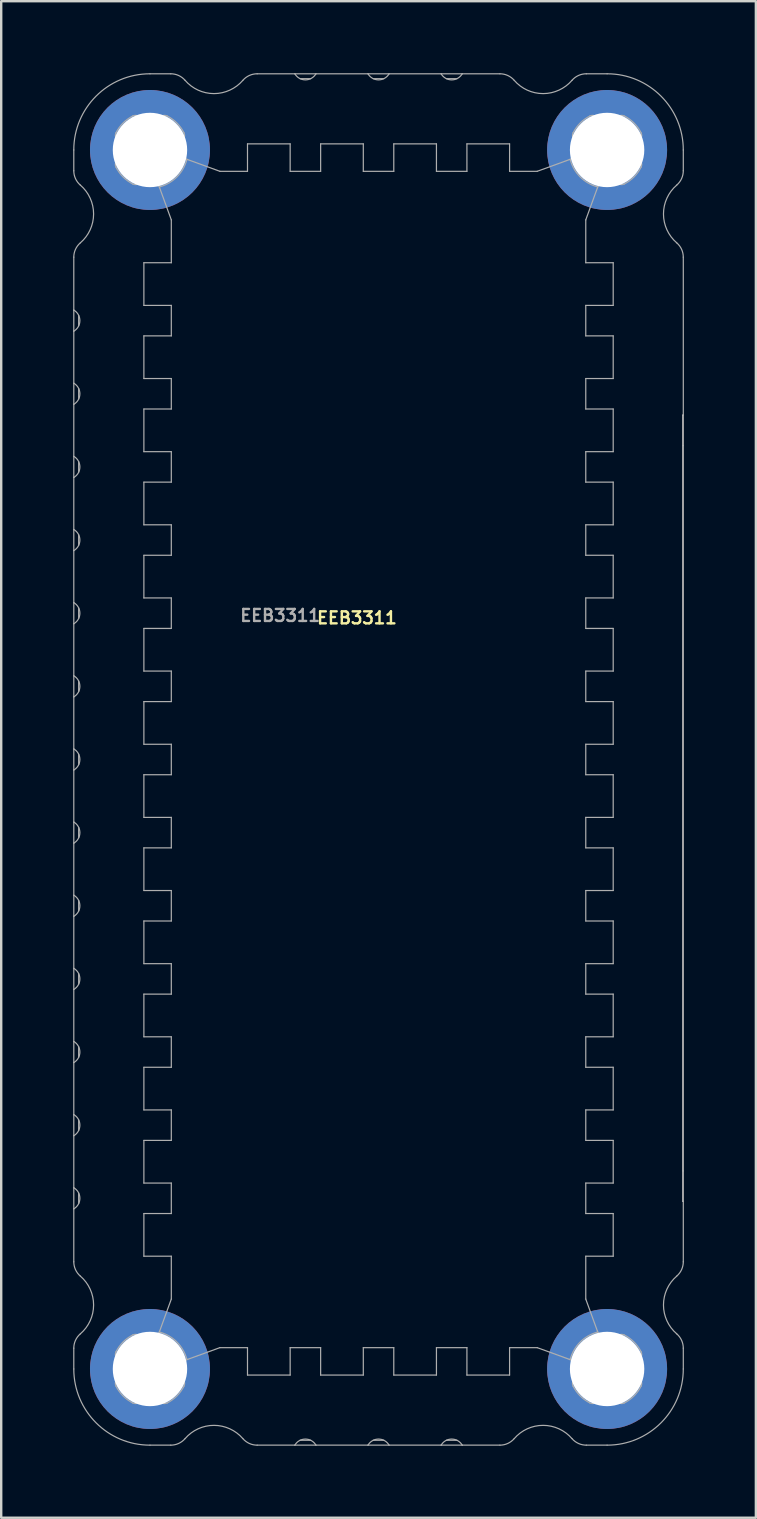
<source format=kicad_pcb>
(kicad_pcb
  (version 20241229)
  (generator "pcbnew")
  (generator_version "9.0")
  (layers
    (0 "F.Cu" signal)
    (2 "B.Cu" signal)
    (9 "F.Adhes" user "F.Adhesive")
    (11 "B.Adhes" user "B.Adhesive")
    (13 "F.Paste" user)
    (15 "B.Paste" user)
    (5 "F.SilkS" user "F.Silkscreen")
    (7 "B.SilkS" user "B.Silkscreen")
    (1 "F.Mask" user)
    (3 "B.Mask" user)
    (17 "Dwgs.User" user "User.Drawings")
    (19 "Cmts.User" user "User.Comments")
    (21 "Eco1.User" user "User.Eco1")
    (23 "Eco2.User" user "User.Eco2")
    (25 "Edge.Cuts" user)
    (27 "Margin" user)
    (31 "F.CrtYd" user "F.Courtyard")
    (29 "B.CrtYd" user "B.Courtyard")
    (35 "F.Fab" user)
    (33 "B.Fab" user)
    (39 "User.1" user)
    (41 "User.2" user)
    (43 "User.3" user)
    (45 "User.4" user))
  (footprint "EEB3311"
    (layer "F.Cu")
    (at 12.725 28.6)
    (property "Reference" "EEB3311" (at -0.9 -5.9 0) (layer "F.SilkS") (effects (font (size 0.5 0.5) (thickness 0.1))))
    (attr through_hole)
    (fp_line (start -12.7 -25.4) (end -12.7 -24.533) (stroke (width 0.05) (type solid)) (layer "F.Fab"))
    (fp_line (start -12.7 -20.933) (end -12.7 -18.728) (stroke (width 0.05) (type solid)) (layer "F.Fab"))
    (fp_line (start -12.7 -17.848) (end -12.7 -18.728) (stroke (width 0.05) (type solid)) (layer "F.Fab"))
    (fp_line (start -12.7 -17.848) (end -12.7 -15.68) (stroke (width 0.05) (type solid)) (layer "F.Fab"))
    (fp_line (start -12.7 -14.8) (end -12.7 -15.68) (stroke (width 0.05) (type solid)) (layer "F.Fab"))
    (fp_line (start -12.7 -14.8) (end -12.7 -12.632) (stroke (width 0.05) (type solid)) (layer "F.Fab"))
    (fp_line (start -12.7 -11.752) (end -12.7 -12.632) (stroke (width 0.05) (type solid)) (layer "F.Fab"))
    (fp_line (start -12.7 -11.752) (end -12.7 -9.584) (stroke (width 0.05) (type solid)) (layer "F.Fab"))
    (fp_line (start -12.7 -8.704) (end -12.7 -9.584) (stroke (width 0.05) (type solid)) (layer "F.Fab"))
    (fp_line (start -12.7 -8.704) (end -12.7 -6.536) (stroke (width 0.05) (type solid)) (layer "F.Fab"))
    (fp_line (start -12.7 -5.656) (end -12.7 -6.536) (stroke (width 0.05) (type solid)) (layer "F.Fab"))
    (fp_line (start -12.7 -5.656) (end -12.7 -3.488) (stroke (width 0.05) (type solid)) (layer "F.Fab"))
    (fp_line (start -12.7 -2.608) (end -12.7 -3.488) (stroke (width 0.05) (type solid)) (layer "F.Fab"))
    (fp_line (start -12.7 -2.608) (end -12.7 -0.44) (stroke (width 0.05) (type solid)) (layer "F.Fab"))
    (fp_line (start -12.7 0.44) (end -12.7 -0.44) (stroke (width 0.05) (type solid)) (layer "F.Fab"))
    (fp_line (start -12.7 0.44) (end -12.7 2.608) (stroke (width 0.05) (type solid)) (layer "F.Fab"))
    (fp_line (start -12.7 3.488) (end -12.7 2.608) (stroke (width 0.05) (type solid)) (layer "F.Fab"))
    (fp_line (start -12.7 3.488) (end -12.7 5.656) (stroke (width 0.05) (type solid)) (layer "F.Fab"))
    (fp_line (start -12.7 6.536) (end -12.7 5.656) (stroke (width 0.05) (type solid)) (layer "F.Fab"))
    (fp_line (start -12.7 6.536) (end -12.7 8.704) (stroke (width 0.05) (type solid)) (layer "F.Fab"))
    (fp_line (start -12.7 9.584) (end -12.7 8.704) (stroke (width 0.05) (type solid)) (layer "F.Fab"))
    (fp_line (start -12.7 9.584) (end -12.7 11.752) (stroke (width 0.05) (type solid)) (layer "F.Fab"))
    (fp_line (start -12.7 12.632) (end -12.7 11.752) (stroke (width 0.05) (type solid)) (layer "F.Fab"))
    (fp_line (start -12.7 12.632) (end -12.7 14.8) (stroke (width 0.05) (type solid)) (layer "F.Fab"))
    (fp_line (start -12.7 15.68) (end -12.7 14.8) (stroke (width 0.05) (type solid)) (layer "F.Fab"))
    (fp_line (start -12.7 15.68) (end -12.7 17.848) (stroke (width 0.05) (type solid)) (layer "F.Fab"))
    (fp_line (start -12.7 18.728) (end -12.7 17.848) (stroke (width 0.05) (type solid)) (layer "F.Fab"))
    (fp_line (start -12.7 18.728) (end -12.7 20.933) (stroke (width 0.05) (type solid)) (layer "F.Fab"))
    (fp_line (start -12.7 24.533) (end -12.7 25.4) (stroke (width 0.05) (type solid)) (layer "F.Fab"))
    (fp_line (start -12.497 -18.509) (end -12.497 -18.067) (stroke (width 0.05) (type solid)) (layer "F.Fab"))
    (fp_line (start -12.497 -15.461) (end -12.497 -15.019) (stroke (width 0.05) (type solid)) (layer "F.Fab"))
    (fp_line (start -12.497 -12.413) (end -12.497 -11.971) (stroke (width 0.05) (type solid)) (layer "F.Fab"))
    (fp_line (start -12.497 -9.365) (end -12.497 -8.923) (stroke (width 0.05) (type solid)) (layer "F.Fab"))
    (fp_line (start -12.497 -6.317) (end -12.497 -5.875) (stroke (width 0.05) (type solid)) (layer "F.Fab"))
    (fp_line (start -12.497 -3.269) (end -12.497 -2.827) (stroke (width 0.05) (type solid)) (layer "F.Fab"))
    (fp_line (start -12.497 -0.221) (end -12.497 0.221) (stroke (width 0.05) (type solid)) (layer "F.Fab"))
    (fp_line (start -12.497 2.827) (end -12.497 3.269) (stroke (width 0.05) (type solid)) (layer "F.Fab"))
    (fp_line (start -12.497 5.875) (end -12.497 6.317) (stroke (width 0.05) (type solid)) (layer "F.Fab"))
    (fp_line (start -12.497 8.923) (end -12.497 9.365) (stroke (width 0.05) (type solid)) (layer "F.Fab"))
    (fp_line (start -12.497 11.971) (end -12.497 12.413) (stroke (width 0.05) (type solid)) (layer "F.Fab"))
    (fp_line (start -12.497 15.019) (end -12.497 15.461) (stroke (width 0.05) (type solid)) (layer "F.Fab"))
    (fp_line (start -12.497 18.067) (end -12.497 18.509) (stroke (width 0.05) (type solid)) (layer "F.Fab"))
    (fp_line (start -9.981 -24.002) (end -9.891 -24.066) (stroke (width 0.05) (type solid)) (layer "F.Fab"))
    (fp_line (start -9.981 24.002) (end -9.891 24.066) (stroke (width 0.05) (type solid)) (layer "F.Fab"))
    (fp_line (start -9.779 -20.701) (end -9.779 -18.923) (stroke (width 0.05) (type solid)) (layer "F.Fab"))
    (fp_line (start -9.779 -18.923) (end -8.636 -18.923) (stroke (width 0.05) (type solid)) (layer "F.Fab"))
    (fp_line (start -9.779 -17.653) (end -9.779 -15.875) (stroke (width 0.05) (type solid)) (layer "F.Fab"))
    (fp_line (start -9.779 -15.875) (end -8.636 -15.875) (stroke (width 0.05) (type solid)) (layer "F.Fab"))
    (fp_line (start -9.779 -14.605) (end -9.779 -12.827) (stroke (width 0.05) (type solid)) (layer "F.Fab"))
    (fp_line (start -9.779 -12.827) (end -8.636 -12.827) (stroke (width 0.05) (type solid)) (layer "F.Fab"))
    (fp_line (start -9.779 -11.557) (end -9.779 -9.779) (stroke (width 0.05) (type solid)) (layer "F.Fab"))
    (fp_line (start -9.779 -9.779) (end -8.636 -9.779) (stroke (width 0.05) (type solid)) (layer "F.Fab"))
    (fp_line (start -9.779 -8.509) (end -9.779 -6.731) (stroke (width 0.05) (type solid)) (layer "F.Fab"))
    (fp_line (start -9.779 -6.731) (end -8.636 -6.731) (stroke (width 0.05) (type solid)) (layer "F.Fab"))
    (fp_line (start -9.779 -5.461) (end -9.779 -3.683) (stroke (width 0.05) (type solid)) (layer "F.Fab"))
    (fp_line (start -9.779 -3.683) (end -8.636 -3.683) (stroke (width 0.05) (type solid)) (layer "F.Fab"))
    (fp_line (start -9.779 -2.413) (end -9.779 -0.635) (stroke (width 0.05) (type solid)) (layer "F.Fab"))
    (fp_line (start -9.779 -0.635) (end -8.636 -0.635) (stroke (width 0.05) (type solid)) (layer "F.Fab"))
    (fp_line (start -9.779 0.635) (end -9.779 2.413) (stroke (width 0.05) (type solid)) (layer "F.Fab"))
    (fp_line (start -9.779 2.413) (end -8.636 2.413) (stroke (width 0.05) (type solid)) (layer "F.Fab"))
    (fp_line (start -9.779 3.683) (end -9.779 5.461) (stroke (width 0.05) (type solid)) (layer "F.Fab"))
    (fp_line (start -9.779 5.461) (end -8.636 5.461) (stroke (width 0.05) (type solid)) (layer "F.Fab"))
    (fp_line (start -9.779 6.731) (end -9.779 8.509) (stroke (width 0.05) (type solid)) (layer "F.Fab"))
    (fp_line (start -9.779 8.509) (end -8.636 8.509) (stroke (width 0.05) (type solid)) (layer "F.Fab"))
    (fp_line (start -9.779 9.779) (end -9.779 11.557) (stroke (width 0.05) (type solid)) (layer "F.Fab"))
    (fp_line (start -9.779 11.557) (end -8.636 11.557) (stroke (width 0.05) (type solid)) (layer "F.Fab"))
    (fp_line (start -9.779 12.827) (end -9.779 14.605) (stroke (width 0.05) (type solid)) (layer "F.Fab"))
    (fp_line (start -9.779 14.605) (end -8.636 14.605) (stroke (width 0.05) (type solid)) (layer "F.Fab"))
    (fp_line (start -9.779 15.875) (end -9.779 17.653) (stroke (width 0.05) (type solid)) (layer "F.Fab"))
    (fp_line (start -9.779 17.653) (end -8.636 17.653) (stroke (width 0.05) (type solid)) (layer "F.Fab"))
    (fp_line (start -9.779 18.923) (end -9.779 20.701) (stroke (width 0.05) (type solid)) (layer "F.Fab"))
    (fp_line (start -9.779 20.701) (end -8.636 20.701) (stroke (width 0.05) (type solid)) (layer "F.Fab"))
    (fp_line (start -9.525 28.575) (end -8.658 28.575) (stroke (width 0.05) (type solid)) (layer "F.Fab"))
    (fp_line (start -9.122 -23.823) (end -8.636 -22.487) (stroke (width 0.05) (type solid)) (layer "F.Fab"))
    (fp_line (start -9.122 23.823) (end -8.636 22.487) (stroke (width 0.05) (type solid)) (layer "F.Fab"))
    (fp_line (start -8.658 -28.575) (end -9.525 -28.575) (stroke (width 0.05) (type solid)) (layer "F.Fab"))
    (fp_line (start -8.636 -22.487) (end -8.636 -20.701) (stroke (width 0.05) (type solid)) (layer "F.Fab"))
    (fp_line (start -8.636 -20.701) (end -9.779 -20.701) (stroke (width 0.05) (type solid)) (layer "F.Fab"))
    (fp_line (start -8.636 -18.923) (end -8.636 -17.653) (stroke (width 0.05) (type solid)) (layer "F.Fab"))
    (fp_line (start -8.636 -17.653) (end -9.779 -17.653) (stroke (width 0.05) (type solid)) (layer "F.Fab"))
    (fp_line (start -8.636 -15.875) (end -8.636 -14.605) (stroke (width 0.05) (type solid)) (layer "F.Fab"))
    (fp_line (start -8.636 -14.605) (end -9.779 -14.605) (stroke (width 0.05) (type solid)) (layer "F.Fab"))
    (fp_line (start -8.636 -12.827) (end -8.636 -11.557) (stroke (width 0.05) (type solid)) (layer "F.Fab"))
    (fp_line (start -8.636 -11.557) (end -9.779 -11.557) (stroke (width 0.05) (type solid)) (layer "F.Fab"))
    (fp_line (start -8.636 -9.779) (end -8.636 -8.509) (stroke (width 0.05) (type solid)) (layer "F.Fab"))
    (fp_line (start -8.636 -8.509) (end -9.779 -8.509) (stroke (width 0.05) (type solid)) (layer "F.Fab"))
    (fp_line (start -8.636 -6.731) (end -8.636 -5.461) (stroke (width 0.05) (type solid)) (layer "F.Fab"))
    (fp_line (start -8.636 -5.461) (end -9.779 -5.461) (stroke (width 0.05) (type solid)) (layer "F.Fab"))
    (fp_line (start -8.636 -3.683) (end -8.636 -2.413) (stroke (width 0.05) (type solid)) (layer "F.Fab"))
    (fp_line (start -8.636 -2.413) (end -9.779 -2.413) (stroke (width 0.05) (type solid)) (layer "F.Fab"))
    (fp_line (start -8.636 -0.635) (end -8.636 0.635) (stroke (width 0.05) (type solid)) (layer "F.Fab"))
    (fp_line (start -8.636 0.635) (end -9.779 0.635) (stroke (width 0.05) (type solid)) (layer "F.Fab"))
    (fp_line (start -8.636 2.413) (end -8.636 3.683) (stroke (width 0.05) (type solid)) (layer "F.Fab"))
    (fp_line (start -8.636 3.683) (end -9.779 3.683) (stroke (width 0.05) (type solid)) (layer "F.Fab"))
    (fp_line (start -8.636 5.461) (end -8.636 6.731) (stroke (width 0.05) (type solid)) (layer "F.Fab"))
    (fp_line (start -8.636 6.731) (end -9.779 6.731) (stroke (width 0.05) (type solid)) (layer "F.Fab"))
    (fp_line (start -8.636 8.509) (end -8.636 9.779) (stroke (width 0.05) (type solid)) (layer "F.Fab"))
    (fp_line (start -8.636 9.779) (end -9.779 9.779) (stroke (width 0.05) (type solid)) (layer "F.Fab"))
    (fp_line (start -8.636 11.557) (end -8.636 12.827) (stroke (width 0.05) (type solid)) (layer "F.Fab"))
    (fp_line (start -8.636 12.827) (end -9.779 12.827) (stroke (width 0.05) (type solid)) (layer "F.Fab"))
    (fp_line (start -8.636 14.605) (end -8.636 15.875) (stroke (width 0.05) (type solid)) (layer "F.Fab"))
    (fp_line (start -8.636 15.875) (end -9.779 15.875) (stroke (width 0.05) (type solid)) (layer "F.Fab"))
    (fp_line (start -8.636 17.653) (end -8.636 18.923) (stroke (width 0.05) (type solid)) (layer "F.Fab"))
    (fp_line (start -8.636 18.923) (end -9.779 18.923) (stroke (width 0.05) (type solid)) (layer "F.Fab"))
    (fp_line (start -8.636 20.701) (end -8.636 22.487) (stroke (width 0.05) (type solid)) (layer "F.Fab"))
    (fp_line (start -8.191 -25.766) (end -8.127 -25.856) (stroke (width 0.05) (type solid)) (layer "F.Fab"))
    (fp_line (start -8.191 25.766) (end -8.127 25.856) (stroke (width 0.05) (type solid)) (layer "F.Fab"))
    (fp_line (start -6.612 -24.511) (end -7.948 -24.997) (stroke (width 0.05) (type solid)) (layer "F.Fab"))
    (fp_line (start -6.612 24.511) (end -7.948 24.997) (stroke (width 0.05) (type solid)) (layer "F.Fab"))
    (fp_line (start -6.612 24.511) (end -5.461 24.511) (stroke (width 0.05) (type solid)) (layer "F.Fab"))
    (fp_line (start -5.461 -25.654) (end -5.461 -24.511) (stroke (width 0.05) (type solid)) (layer "F.Fab"))
    (fp_line (start -5.461 -24.511) (end -6.612 -24.511) (stroke (width 0.05) (type solid)) (layer "F.Fab"))
    (fp_line (start -5.461 24.511) (end -5.461 25.654) (stroke (width 0.05) (type solid)) (layer "F.Fab"))
    (fp_line (start -5.461 25.654) (end -3.683 25.654) (stroke (width 0.05) (type solid)) (layer "F.Fab"))
    (fp_line (start -5.058 28.575) (end -3.488 28.575) (stroke (width 0.05) (type solid)) (layer "F.Fab"))
    (fp_line (start -3.683 -25.654) (end -5.461 -25.654) (stroke (width 0.05) (type solid)) (layer "F.Fab"))
    (fp_line (start -3.683 -24.511) (end -3.683 -25.654) (stroke (width 0.05) (type solid)) (layer "F.Fab"))
    (fp_line (start -3.683 24.511) (end -2.413 24.511) (stroke (width 0.05) (type solid)) (layer "F.Fab"))
    (fp_line (start -3.683 25.654) (end -3.683 24.511) (stroke (width 0.05) (type solid)) (layer "F.Fab"))
    (fp_line (start -3.488 -28.575) (end -5.058 -28.575) (stroke (width 0.05) (type solid)) (layer "F.Fab"))
    (fp_line (start -3.488 -28.575) (end -2.608 -28.575) (stroke (width 0.05) (type solid)) (layer "F.Fab"))
    (fp_line (start -3.269 28.372) (end -2.827 28.372) (stroke (width 0.05) (type solid)) (layer "F.Fab"))
    (fp_line (start -2.827 -28.372) (end -3.269 -28.372) (stroke (width 0.05) (type solid)) (layer "F.Fab"))
    (fp_line (start -2.608 28.575) (end -3.488 28.575) (stroke (width 0.05) (type solid)) (layer "F.Fab"))
    (fp_line (start -2.608 28.575) (end -0.44 28.575) (stroke (width 0.05) (type solid)) (layer "F.Fab"))
    (fp_line (start -2.413 -25.654) (end -2.413 -24.511) (stroke (width 0.05) (type solid)) (layer "F.Fab"))
    (fp_line (start -2.413 -24.511) (end -3.683 -24.511) (stroke (width 0.05) (type solid)) (layer "F.Fab"))
    (fp_line (start -2.413 24.511) (end -2.413 25.654) (stroke (width 0.05) (type solid)) (layer "F.Fab"))
    (fp_line (start -2.413 25.654) (end -0.635 25.654) (stroke (width 0.05) (type solid)) (layer "F.Fab"))
    (fp_line (start -0.635 -25.654) (end -2.413 -25.654) (stroke (width 0.05) (type solid)) (layer "F.Fab"))
    (fp_line (start -0.635 -24.511) (end -0.635 -25.654) (stroke (width 0.05) (type solid)) (layer "F.Fab"))
    (fp_line (start -0.635 24.511) (end 0.635 24.511) (stroke (width 0.05) (type solid)) (layer "F.Fab"))
    (fp_line (start -0.635 25.654) (end -0.635 24.511) (stroke (width 0.05) (type solid)) (layer "F.Fab"))
    (fp_line (start -0.44 -28.575) (end -2.608 -28.575) (stroke (width 0.05) (type solid)) (layer "F.Fab"))
    (fp_line (start -0.44 -28.575) (end 0.44 -28.575) (stroke (width 0.05) (type solid)) (layer "F.Fab"))
    (fp_line (start -0.221 28.372) (end 0.221 28.372) (stroke (width 0.05) (type solid)) (layer "F.Fab"))
    (fp_line (start 0.221 -28.372) (end -0.221 -28.372) (stroke (width 0.05) (type solid)) (layer "F.Fab"))
    (fp_line (start 0.44 28.575) (end -0.44 28.575) (stroke (width 0.05) (type solid)) (layer "F.Fab"))
    (fp_line (start 0.44 28.575) (end 2.608 28.575) (stroke (width 0.05) (type solid)) (layer "F.Fab"))
    (fp_line (start 0.635 -25.654) (end 0.635 -24.511) (stroke (width 0.05) (type solid)) (layer "F.Fab"))
    (fp_line (start 0.635 -24.511) (end -0.635 -24.511) (stroke (width 0.05) (type solid)) (layer "F.Fab"))
    (fp_line (start 0.635 24.511) (end 0.635 25.654) (stroke (width 0.05) (type solid)) (layer "F.Fab"))
    (fp_line (start 0.635 25.654) (end 2.413 25.654) (stroke (width 0.05) (type solid)) (layer "F.Fab"))
    (fp_line (start 2.413 -25.654) (end 0.635 -25.654) (stroke (width 0.05) (type solid)) (layer "F.Fab"))
    (fp_line (start 2.413 -24.511) (end 2.413 -25.654) (stroke (width 0.05) (type solid)) (layer "F.Fab"))
    (fp_line (start 2.413 24.511) (end 3.683 24.511) (stroke (width 0.05) (type solid)) (layer "F.Fab"))
    (fp_line (start 2.413 25.654) (end 2.413 24.511) (stroke (width 0.05) (type solid)) (layer "F.Fab"))
    (fp_line (start 2.608 -28.575) (end 0.44 -28.575) (stroke (width 0.05) (type solid)) (layer "F.Fab"))
    (fp_line (start 2.608 -28.575) (end 3.488 -28.575) (stroke (width 0.05) (type solid)) (layer "F.Fab"))
    (fp_line (start 2.827 28.372) (end 3.269 28.372) (stroke (width 0.05) (type solid)) (layer "F.Fab"))
    (fp_line (start 3.269 -28.372) (end 2.827 -28.372) (stroke (width 0.05) (type solid)) (layer "F.Fab"))
    (fp_line (start 3.488 28.575) (end 2.608 28.575) (stroke (width 0.05) (type solid)) (layer "F.Fab"))
    (fp_line (start 3.488 28.575) (end 5.058 28.575) (stroke (width 0.05) (type solid)) (layer "F.Fab"))
    (fp_line (start 3.683 -25.654) (end 3.683 -24.511) (stroke (width 0.05) (type solid)) (layer "F.Fab"))
    (fp_line (start 3.683 -24.511) (end 2.413 -24.511) (stroke (width 0.05) (type solid)) (layer "F.Fab"))
    (fp_line (start 3.683 24.511) (end 3.683 25.654) (stroke (width 0.05) (type solid)) (layer "F.Fab"))
    (fp_line (start 3.683 25.654) (end 5.461 25.654) (stroke (width 0.05) (type solid)) (layer "F.Fab"))
    (fp_line (start 5.058 -28.575) (end 3.488 -28.575) (stroke (width 0.05) (type solid)) (layer "F.Fab"))
    (fp_line (start 5.461 -25.654) (end 3.683 -25.654) (stroke (width 0.05) (type solid)) (layer "F.Fab"))
    (fp_line (start 5.461 -24.511) (end 5.461 -25.654) (stroke (width 0.05) (type solid)) (layer "F.Fab"))
    (fp_line (start 5.461 24.511) (end 6.612 24.511) (stroke (width 0.05) (type solid)) (layer "F.Fab"))
    (fp_line (start 5.461 25.654) (end 5.461 24.511) (stroke (width 0.05) (type solid)) (layer "F.Fab"))
    (fp_line (start 6.612 -24.511) (end 5.461 -24.511) (stroke (width 0.05) (type solid)) (layer "F.Fab"))
    (fp_line (start 6.612 -24.511) (end 7.948 -24.997) (stroke (width 0.05) (type solid)) (layer "F.Fab"))
    (fp_line (start 6.612 24.511) (end 7.948 24.997) (stroke (width 0.05) (type solid)) (layer "F.Fab"))
    (fp_line (start 8.191 -25.766) (end 8.127 -25.856) (stroke (width 0.05) (type solid)) (layer "F.Fab"))
    (fp_line (start 8.191 25.766) (end 8.127 25.856) (stroke (width 0.05) (type solid)) (layer "F.Fab"))
    (fp_line (start 8.636 -20.701) (end 8.636 -22.487) (stroke (width 0.05) (type solid)) (layer "F.Fab"))
    (fp_line (start 8.636 -18.923) (end 9.779 -18.923) (stroke (width 0.05) (type solid)) (layer "F.Fab"))
    (fp_line (start 8.636 -17.653) (end 8.636 -18.923) (stroke (width 0.05) (type solid)) (layer "F.Fab"))
    (fp_line (start 8.636 -15.875) (end 9.779 -15.875) (stroke (width 0.05) (type solid)) (layer "F.Fab"))
    (fp_line (start 8.636 -14.605) (end 8.636 -15.875) (stroke (width 0.05) (type solid)) (layer "F.Fab"))
    (fp_line (start 8.636 -12.827) (end 9.779 -12.827) (stroke (width 0.05) (type solid)) (layer "F.Fab"))
    (fp_line (start 8.636 -11.557) (end 8.636 -12.827) (stroke (width 0.05) (type solid)) (layer "F.Fab"))
    (fp_line (start 8.636 -9.779) (end 9.779 -9.779) (stroke (width 0.05) (type solid)) (layer "F.Fab"))
    (fp_line (start 8.636 -8.509) (end 8.636 -9.779) (stroke (width 0.05) (type solid)) (layer "F.Fab"))
    (fp_line (start 8.636 -6.731) (end 9.779 -6.731) (stroke (width 0.05) (type solid)) (layer "F.Fab"))
    (fp_line (start 8.636 -5.461) (end 8.636 -6.731) (stroke (width 0.05) (type solid)) (layer "F.Fab"))
    (fp_line (start 8.636 -3.683) (end 9.779 -3.683) (stroke (width 0.05) (type solid)) (layer "F.Fab"))
    (fp_line (start 8.636 -2.413) (end 8.636 -3.683) (stroke (width 0.05) (type solid)) (layer "F.Fab"))
    (fp_line (start 8.636 -0.635) (end 9.779 -0.635) (stroke (width 0.05) (type solid)) (layer "F.Fab"))
    (fp_line (start 8.636 0.635) (end 8.636 -0.635) (stroke (width 0.05) (type solid)) (layer "F.Fab"))
    (fp_line (start 8.636 2.413) (end 9.779 2.413) (stroke (width 0.05) (type solid)) (layer "F.Fab"))
    (fp_line (start 8.636 3.683) (end 8.636 2.413) (stroke (width 0.05) (type solid)) (layer "F.Fab"))
    (fp_line (start 8.636 5.461) (end 9.779 5.461) (stroke (width 0.05) (type solid)) (layer "F.Fab"))
    (fp_line (start 8.636 6.731) (end 8.636 5.461) (stroke (width 0.05) (type solid)) (layer "F.Fab"))
    (fp_line (start 8.636 8.509) (end 9.779 8.509) (stroke (width 0.05) (type solid)) (layer "F.Fab"))
    (fp_line (start 8.636 9.779) (end 8.636 8.509) (stroke (width 0.05) (type solid)) (layer "F.Fab"))
    (fp_line (start 8.636 11.557) (end 9.779 11.557) (stroke (width 0.05) (type solid)) (layer "F.Fab"))
    (fp_line (start 8.636 12.827) (end 8.636 11.557) (stroke (width 0.05) (type solid)) (layer "F.Fab"))
    (fp_line (start 8.636 14.605) (end 9.779 14.605) (stroke (width 0.05) (type solid)) (layer "F.Fab"))
    (fp_line (start 8.636 15.875) (end 8.636 14.605) (stroke (width 0.05) (type solid)) (layer "F.Fab"))
    (fp_line (start 8.636 17.653) (end 9.779 17.653) (stroke (width 0.05) (type solid)) (layer "F.Fab"))
    (fp_line (start 8.636 18.923) (end 8.636 17.653) (stroke (width 0.05) (type solid)) (layer "F.Fab"))
    (fp_line (start 8.636 20.701) (end 9.779 20.701) (stroke (width 0.05) (type solid)) (layer "F.Fab"))
    (fp_line (start 8.636 22.487) (end 8.636 20.701) (stroke (width 0.05) (type solid)) (layer "F.Fab"))
    (fp_line (start 8.658 28.575) (end 9.525 28.575) (stroke (width 0.05) (type solid)) (layer "F.Fab"))
    (fp_line (start 9.122 -23.823) (end 8.636 -22.487) (stroke (width 0.05) (type solid)) (layer "F.Fab"))
    (fp_line (start 9.122 23.823) (end 8.636 22.487) (stroke (width 0.05) (type solid)) (layer "F.Fab"))
    (fp_line (start 9.525 -28.575) (end 8.658 -28.575) (stroke (width 0.05) (type solid)) (layer "F.Fab"))
    (fp_line (start 9.779 -20.701) (end 8.636 -20.701) (stroke (width 0.05) (type solid)) (layer "F.Fab"))
    (fp_line (start 9.779 -18.923) (end 9.779 -20.701) (stroke (width 0.05) (type solid)) (layer "F.Fab"))
    (fp_line (start 9.779 -17.653) (end 8.636 -17.653) (stroke (width 0.05) (type solid)) (layer "F.Fab"))
    (fp_line (start 9.779 -15.875) (end 9.779 -17.653) (stroke (width 0.05) (type solid)) (layer "F.Fab"))
    (fp_line (start 9.779 -14.605) (end 8.636 -14.605) (stroke (width 0.05) (type solid)) (layer "F.Fab"))
    (fp_line (start 9.779 -12.827) (end 9.779 -14.605) (stroke (width 0.05) (type solid)) (layer "F.Fab"))
    (fp_line (start 9.779 -11.557) (end 8.636 -11.557) (stroke (width 0.05) (type solid)) (layer "F.Fab"))
    (fp_line (start 9.779 -9.779) (end 9.779 -11.557) (stroke (width 0.05) (type solid)) (layer "F.Fab"))
    (fp_line (start 9.779 -8.509) (end 8.636 -8.509) (stroke (width 0.05) (type solid)) (layer "F.Fab"))
    (fp_line (start 9.779 -6.731) (end 9.779 -8.509) (stroke (width 0.05) (type solid)) (layer "F.Fab"))
    (fp_line (start 9.779 -5.461) (end 8.636 -5.461) (stroke (width 0.05) (type solid)) (layer "F.Fab"))
    (fp_line (start 9.779 -3.683) (end 9.779 -5.461) (stroke (width 0.05) (type solid)) (layer "F.Fab"))
    (fp_line (start 9.779 -2.413) (end 8.636 -2.413) (stroke (width 0.05) (type solid)) (layer "F.Fab"))
    (fp_line (start 9.779 -0.635) (end 9.779 -2.413) (stroke (width 0.05) (type solid)) (layer "F.Fab"))
    (fp_line (start 9.779 0.635) (end 8.636 0.635) (stroke (width 0.05) (type solid)) (layer "F.Fab"))
    (fp_line (start 9.779 2.413) (end 9.779 0.635) (stroke (width 0.05) (type solid)) (layer "F.Fab"))
    (fp_line (start 9.779 3.683) (end 8.636 3.683) (stroke (width 0.05) (type solid)) (layer "F.Fab"))
    (fp_line (start 9.779 5.461) (end 9.779 3.683) (stroke (width 0.05) (type solid)) (layer "F.Fab"))
    (fp_line (start 9.779 6.731) (end 8.636 6.731) (stroke (width 0.05) (type solid)) (layer "F.Fab"))
    (fp_line (start 9.779 8.509) (end 9.779 6.731) (stroke (width 0.05) (type solid)) (layer "F.Fab"))
    (fp_line (start 9.779 9.779) (end 8.636 9.779) (stroke (width 0.05) (type solid)) (layer "F.Fab"))
    (fp_line (start 9.779 11.557) (end 9.779 9.779) (stroke (width 0.05) (type solid)) (layer "F.Fab"))
    (fp_line (start 9.779 12.827) (end 8.636 12.827) (stroke (width 0.05) (type solid)) (layer "F.Fab"))
    (fp_line (start 9.779 14.605) (end 9.779 12.827) (stroke (width 0.05) (type solid)) (layer "F.Fab"))
    (fp_line (start 9.779 15.875) (end 8.636 15.875) (stroke (width 0.05) (type solid)) (layer "F.Fab"))
    (fp_line (start 9.779 17.653) (end 9.779 15.875) (stroke (width 0.05) (type solid)) (layer "F.Fab"))
    (fp_line (start 9.779 18.923) (end 8.636 18.923) (stroke (width 0.05) (type solid)) (layer "F.Fab"))
    (fp_line (start 9.779 20.701) (end 9.779 18.923) (stroke (width 0.05) (type solid)) (layer "F.Fab"))
    (fp_line (start 9.981 -24.002) (end 9.891 -24.066) (stroke (width 0.05) (type solid)) (layer "F.Fab"))
    (fp_line (start 9.981 24.002) (end 9.891 24.066) (stroke (width 0.05) (type solid)) (layer "F.Fab"))
    (fp_line (start 12.675 -13.081) (end 12.7 -13.081) (stroke (width 0.05) (type solid)) (layer "F.Fab"))
    (fp_line (start 12.675 17.145) (end 12.7 17.145) (stroke (width 0.05) (type solid)) (layer "F.Fab"))
    (fp_line (start 12.675 18.415) (end 12.675 -14.351) (stroke (width 0.05) (type solid)) (layer "F.Fab"))
    (fp_line (start 12.675 18.415) (end 12.7 18.415) (stroke (width 0.05) (type solid)) (layer "F.Fab"))
    (fp_line (start 12.7 -24.533) (end 12.7 -25.4) (stroke (width 0.05) (type solid)) (layer "F.Fab"))
    (fp_line (start 12.7 -14.351) (end 12.675 -14.351) (stroke (width 0.05) (type solid)) (layer "F.Fab"))
    (fp_line (start 12.7 -14.351) (end 12.7 -20.933) (stroke (width 0.05) (type solid)) (layer "F.Fab"))
    (fp_line (start 12.7 -13.081) (end 12.7 -14.351) (stroke (width 0.05) (type solid)) (layer "F.Fab"))
    (fp_line (start 12.7 17.145) (end 12.7 -13.081) (stroke (width 0.05) (type solid)) (layer "F.Fab"))
    (fp_line (start 12.7 18.415) (end 12.7 17.145) (stroke (width 0.05) (type solid)) (layer "F.Fab"))
    (fp_line (start 12.7 20.933) (end 12.7 18.415) (stroke (width 0.05) (type solid)) (layer "F.Fab"))
    (fp_line (start 12.7 25.4) (end 12.7 24.533) (stroke (width 0.05) (type solid)) (layer "F.Fab"))
    (fp_arc (start -12.7 -25.400001) (mid -11.770064 -27.645065) (end -9.525 -28.575001) (stroke (width 0.05) (type solid)) (layer "F.Fab"))
    (fp_arc (start -12.7 -20.933137) (mid -12.628313 -21.261396) (end -12.426305 -21.529883) (stroke (width 0.05) (type solid)) (layer "F.Fab"))
    (fp_arc (start -12.7 -18.727942) (mid -12.446 -18.288001) (end -12.7 -17.84806) (stroke (width 0.05) (type solid)) (layer "F.Fab"))
    (fp_arc (start -12.7 -15.679942) (mid -12.446 -15.240001) (end -12.7 -14.80006) (stroke (width 0.05) (type solid)) (layer "F.Fab"))
    (fp_arc (start -12.7 -12.631942) (mid -12.446 -12.192001) (end -12.7 -11.75206) (stroke (width 0.05) (type solid)) (layer "F.Fab"))
    (fp_arc (start -12.7 -9.583942) (mid -12.446 -9.144001) (end -12.7 -8.70406) (stroke (width 0.05) (type solid)) (layer "F.Fab"))
    (fp_arc (start -12.7 -6.535942) (mid -12.446 -6.096001) (end -12.7 -5.65606) (stroke (width 0.05) (type solid)) (layer "F.Fab"))
    (fp_arc (start -12.7 -3.487942) (mid -12.446 -3.048001) (end -12.7 -2.60806) (stroke (width 0.05) (type solid)) (layer "F.Fab"))
    (fp_arc (start -12.7 -0.439942) (mid -12.446 -0.000001) (end -12.7 0.43994) (stroke (width 0.05) (type solid)) (layer "F.Fab"))
    (fp_arc (start -12.7 2.608058) (mid -12.446 3.047999) (end -12.7 3.48794) (stroke (width 0.05) (type solid)) (layer "F.Fab"))
    (fp_arc (start -12.7 5.656058) (mid -12.446 6.095999) (end -12.7 6.53594) (stroke (width 0.05) (type solid)) (layer "F.Fab"))
    (fp_arc (start -12.7 8.704058) (mid -12.446 9.143999) (end -12.7 9.58394) (stroke (width 0.05) (type solid)) (layer "F.Fab"))
    (fp_arc (start -12.7 11.752058) (mid -12.446 12.191999) (end -12.7 12.63194) (stroke (width 0.05) (type solid)) (layer "F.Fab"))
    (fp_arc (start -12.7 14.800058) (mid -12.446 15.239999) (end -12.7 15.67994) (stroke (width 0.05) (type solid)) (layer "F.Fab"))
    (fp_arc (start -12.7 17.848058) (mid -12.446 18.287999) (end -12.7 18.72794) (stroke (width 0.05) (type solid)) (layer "F.Fab"))
    (fp_arc (start -12.7 24.532863) (mid -12.628313 24.204604) (end -12.426305 23.936117) (stroke (width 0.05) (type solid)) (layer "F.Fab"))
    (fp_arc (start -12.426305 -23.936118) (mid -12.628313 -24.204605) (end -12.7 -24.532864) (stroke (width 0.05) (type solid)) (layer "F.Fab"))
    (fp_arc (start -12.426305 21.529882) (mid -12.628313 21.261395) (end -12.7 20.933136) (stroke (width 0.05) (type solid)) (layer "F.Fab"))
    (fp_arc (start -12.426304 -23.936118) (mid -11.8745 -22.733) (end -12.426305 -21.529883) (stroke (width 0.05) (type solid)) (layer "F.Fab"))
    (fp_arc (start -12.426304 21.529882) (mid -11.8745 22.733) (end -12.426305 23.936117) (stroke (width 0.05) (type solid)) (layer "F.Fab"))
    (fp_arc (start -10.940187 -26.119307) (mid -10.647532 -26.522533) (end -10.244306 -26.815188) (stroke (width 0.05) (type solid)) (layer "F.Fab"))
    (fp_arc (start -10.940187 -24.680694) (mid -10.967519 -24.806795) (end -10.929367 -24.930054) (stroke (width 0.05) (type solid)) (layer "F.Fab"))
    (fp_arc (start -10.940187 24.680694) (mid -10.646569 24.276506) (end -10.241878 23.983581) (stroke (width 0.05) (type solid)) (layer "F.Fab"))
    (fp_arc (start -10.940187 26.119306) (mid -10.967519 25.993205) (end -10.929367 25.869946) (stroke (width 0.05) (type solid)) (layer "F.Fab"))
    (fp_arc (start -10.929367 -25.869948) (mid -10.967518 -25.993207) (end -10.940187 -26.119307) (stroke (width 0.05) (type solid)) (layer "F.Fab"))
    (fp_arc (start -10.929367 -25.869947) (mid -10.795 -25.400001) (end -10.929367 -24.930054) (stroke (width 0.05) (type solid)) (layer "F.Fab"))
    (fp_arc (start -10.929367 24.930052) (mid -10.967518 24.806793) (end -10.940187 24.680693) (stroke (width 0.05) (type solid)) (layer "F.Fab"))
    (fp_arc (start -10.929367 24.930053) (mid -10.795 25.399999) (end -10.929367 25.869946) (stroke (width 0.05) (type solid)) (layer "F.Fab"))
    (fp_arc (start -10.387494 -26.229246) (mid -8.350216 -25.188037) (end -10.630861 -25.005621) (stroke (width 0.05) (type solid)) (layer "F.Fab"))
    (fp_arc (start -10.244306 -26.815187) (mid -10.118206 -26.842518) (end -9.994947 -26.804367) (stroke (width 0.05) (type solid)) (layer "F.Fab"))
    (fp_arc (start -10.244306 26.815186) (mid -10.647532 26.522531) (end -10.940187 26.119305) (stroke (width 0.05) (type solid)) (layer "F.Fab"))
    (fp_arc (start -10.241879 23.98358) (mid -10.109117 23.95685) (end -9.981489 24.002143) (stroke (width 0.05) (type solid)) (layer "F.Fab"))
    (fp_arc (start -10.241878 -23.983582) (mid -10.646569 -24.276507) (end -10.940187 -24.680695) (stroke (width 0.05) (type solid)) (layer "F.Fab"))
    (fp_arc (start -9.994947 26.804367) (mid -10.118206 26.842518) (end -10.244306 26.815187) (stroke (width 0.05) (type solid)) (layer "F.Fab"))
    (fp_arc (start -9.994946 26.804366) (mid -9.525 26.669999) (end -9.055053 26.804366) (stroke (width 0.05) (type solid)) (layer "F.Fab"))
    (fp_arc (start -9.981489 -24.002145) (mid -10.109116 -23.956852) (end -10.241878 -23.983582) (stroke (width 0.05) (type solid)) (layer "F.Fab"))
    (fp_arc (start -9.890895 -24.065579) (mid -9.446759 -24.133938) (end -9.122154 -23.823196) (stroke (width 0.05) (type solid)) (layer "F.Fab"))
    (fp_arc (start -9.525 28.574999) (mid -11.770064 27.645063) (end -12.7 25.399999) (stroke (width 0.05) (type solid)) (layer "F.Fab"))
    (fp_arc (start -9.42643 24.207596) (mid -8.947702 26.444879) (end -10.529013 24.791376) (stroke (width 0.05) (type solid)) (layer "F.Fab"))
    (fp_arc (start -9.137449 23.860532) (mid -8.407469 24.272489) (end -7.989039 24.998777) (stroke (width 0.05) (type solid)) (layer "F.Fab"))
    (fp_arc (start -9.122154 23.823194) (mid -9.446759 24.133936) (end -9.890895 24.065577) (stroke (width 0.05) (type solid)) (layer "F.Fab"))
    (fp_arc (start -9.055053 -26.804368) (mid -8.931794 -26.842519) (end -8.805694 -26.815188) (stroke (width 0.05) (type solid)) (layer "F.Fab"))
    (fp_arc (start -9.055053 -26.804367) (mid -9.525 -26.67) (end -9.994947 -26.804367) (stroke (width 0.05) (type solid)) (layer "F.Fab"))
    (fp_arc (start -8.805694 -26.815188) (mid -8.401506 -26.52157) (end -8.108581 -26.116879) (stroke (width 0.05) (type solid)) (layer "F.Fab"))
    (fp_arc (start -8.805694 26.815186) (mid -8.931794 26.842517) (end -9.055053 26.804366) (stroke (width 0.05) (type solid)) (layer "F.Fab"))
    (fp_arc (start -8.657864 -28.575) (mid -8.329605 -28.503313) (end -8.061118 -28.301305) (stroke (width 0.05) (type solid)) (layer "F.Fab"))
    (fp_arc (start -8.190578 25.765895) (mid -8.258937 25.321759) (end -7.948195 24.997154) (stroke (width 0.05) (type solid)) (layer "F.Fab"))
    (fp_arc (start -8.127144 25.856488) (mid -8.081851 25.984115) (end -8.108581 26.116877) (stroke (width 0.05) (type solid)) (layer "F.Fab"))
    (fp_arc (start -8.108582 -26.116878) (mid -8.081852 -25.984117) (end -8.127144 -25.85649) (stroke (width 0.05) (type solid)) (layer "F.Fab"))
    (fp_arc (start -8.108581 26.116877) (mid -8.401506 26.521568) (end -8.805694 26.815187) (stroke (width 0.05) (type solid)) (layer "F.Fab"))
    (fp_arc (start -8.061118 28.301304) (mid -8.329605 28.503312) (end -8.657864 28.574999) (stroke (width 0.05) (type solid)) (layer "F.Fab"))
    (fp_arc (start -8.061117 28.301304) (mid -6.858 27.7495) (end -5.654883 28.301304) (stroke (width 0.05) (type solid)) (layer "F.Fab"))
    (fp_arc (start -7.985532 -25.01245) (mid -8.402468 -24.277469) (end -9.137449 -23.860533) (stroke (width 0.05) (type solid)) (layer "F.Fab"))
    (fp_arc (start -7.948195 -24.997155) (mid -8.258937 -25.32176) (end -8.190578 -25.765896) (stroke (width 0.05) (type solid)) (layer "F.Fab"))
    (fp_arc (start -5.654882 -28.301306) (mid -5.386395 -28.503314) (end -5.058136 -28.575001) (stroke (width 0.05) (type solid)) (layer "F.Fab"))
    (fp_arc (start -5.654882 -28.301305) (mid -6.858 -27.7495) (end -8.061118 -28.301305) (stroke (width 0.05) (type solid)) (layer "F.Fab"))
    (fp_arc (start -5.058136 28.575) (mid -5.386395 28.503313) (end -5.654883 28.301304) (stroke (width 0.05) (type solid)) (layer "F.Fab"))
    (fp_arc (start -3.487941 28.574999) (mid -3.048 28.320999) (end -2.608059 28.574999) (stroke (width 0.05) (type solid)) (layer "F.Fab"))
    (fp_arc (start -2.608059 -28.575001) (mid -3.048 -28.321001) (end -3.487941 -28.575001) (stroke (width 0.05) (type solid)) (layer "F.Fab"))
    (fp_arc (start -0.439941 28.574999) (mid 0 28.320999) (end 0.439941 28.574999) (stroke (width 0.05) (type solid)) (layer "F.Fab"))
    (fp_arc (start 0.439941 -28.575001) (mid 0 -28.321001) (end -0.439941 -28.575001) (stroke (width 0.05) (type solid)) (layer "F.Fab"))
    (fp_arc (start 2.608059 28.574999) (mid 3.048 28.320999) (end 3.487941 28.574999) (stroke (width 0.05) (type solid)) (layer "F.Fab"))
    (fp_arc (start 3.487941 -28.575001) (mid 3.048 -28.321001) (end 2.608059 -28.575001) (stroke (width 0.05) (type solid)) (layer "F.Fab"))
    (fp_arc (start 5.058136 -28.575) (mid 5.386395 -28.503313) (end 5.654882 -28.301305) (stroke (width 0.05) (type solid)) (layer "F.Fab"))
    (fp_arc (start 5.654882 28.301304) (mid 5.386395 28.503312) (end 5.058136 28.574999) (stroke (width 0.05) (type solid)) (layer "F.Fab"))
    (fp_arc (start 5.654883 28.301304) (mid 6.858 27.7495) (end 8.061117 28.301304) (stroke (width 0.05) (type solid)) (layer "F.Fab"))
    (fp_arc (start 7.948194 24.997155) (mid 8.258936 25.321759) (end 8.190578 25.765894) (stroke (width 0.05) (type solid)) (layer "F.Fab"))
    (fp_arc (start 7.985533 25.012449) (mid 8.402468 24.277468) (end 9.137449 23.860532) (stroke (width 0.05) (type solid)) (layer "F.Fab"))
    (fp_arc (start 8.061118 -28.301306) (mid 8.329605 -28.503314) (end 8.657864 -28.575001) (stroke (width 0.05) (type solid)) (layer "F.Fab"))
    (fp_arc (start 8.061118 -28.301305) (mid 6.858 -27.7495) (end 5.654882 -28.301305) (stroke (width 0.05) (type solid)) (layer "F.Fab"))
    (fp_arc (start 8.108581 -26.116879) (mid 8.401506 -26.52157) (end 8.805694 -26.815188) (stroke (width 0.05) (type solid)) (layer "F.Fab"))
    (fp_arc (start 8.108581 26.116877) (mid 8.081851 25.984115) (end 8.127144 25.856488) (stroke (width 0.05) (type solid)) (layer "F.Fab"))
    (fp_arc (start 8.127143 -25.85649) (mid 8.081851 -25.984117) (end 8.108581 -26.116879) (stroke (width 0.05) (type solid)) (layer "F.Fab"))
    (fp_arc (start 8.190578 -25.765896) (mid 8.258937 -25.32176) (end 7.948195 -24.997155) (stroke (width 0.05) (type solid)) (layer "F.Fab"))
    (fp_arc (start 8.657864 28.575) (mid 8.329605 28.503313) (end 8.061117 28.301304) (stroke (width 0.05) (type solid)) (layer "F.Fab"))
    (fp_arc (start 8.805694 -26.815187) (mid 8.931794 -26.842518) (end 9.055053 -26.804367) (stroke (width 0.05) (type solid)) (layer "F.Fab"))
    (fp_arc (start 8.805694 26.815186) (mid 8.401506 26.521568) (end 8.108581 26.116877) (stroke (width 0.05) (type solid)) (layer "F.Fab"))
    (fp_arc (start 8.832269 -26.375536) (mid 10.639651 -24.972688) (end 8.364994 -25.218754) (stroke (width 0.05) (type solid)) (layer "F.Fab"))
    (fp_arc (start 9.055053 26.804367) (mid 8.931794 26.842518) (end 8.805694 26.815187) (stroke (width 0.05) (type solid)) (layer "F.Fab"))
    (fp_arc (start 9.055054 26.804366) (mid 9.525 26.669999) (end 9.994947 26.804366) (stroke (width 0.05) (type solid)) (layer "F.Fab"))
    (fp_arc (start 9.122154 -23.823196) (mid 9.446759 -24.133938) (end 9.890895 -24.065579) (stroke (width 0.05) (type solid)) (layer "F.Fab"))
    (fp_arc (start 9.137449 -23.860533) (mid 8.402468 -24.277469) (end 7.985532 -25.01245) (stroke (width 0.05) (type solid)) (layer "F.Fab"))
    (fp_arc (start 9.525 -28.575001) (mid 11.770064 -27.645065) (end 12.7 -25.400001) (stroke (width 0.05) (type solid)) (layer "F.Fab"))
    (fp_arc (start 9.890895 24.065577) (mid 9.446759 24.133936) (end 9.122154 23.823194) (stroke (width 0.05) (type solid)) (layer "F.Fab"))
    (fp_arc (start 9.981489 24.002143) (mid 10.109116 23.956851) (end 10.241878 23.983581) (stroke (width 0.05) (type solid)) (layer "F.Fab"))
    (fp_arc (start 9.994947 -26.804368) (mid 10.118206 -26.842519) (end 10.244306 -26.815188) (stroke (width 0.05) (type solid)) (layer "F.Fab"))
    (fp_arc (start 9.994947 -26.804367) (mid 9.525 -26.67) (end 9.055053 -26.804367) (stroke (width 0.05) (type solid)) (layer "F.Fab"))
    (fp_arc (start 10.241878 -23.983582) (mid 10.109116 -23.956852) (end 9.981489 -24.002144) (stroke (width 0.05) (type solid)) (layer "F.Fab"))
    (fp_arc (start 10.241878 23.98358) (mid 10.646569 24.276505) (end 10.940187 24.680693) (stroke (width 0.05) (type solid)) (layer "F.Fab"))
    (fp_arc (start 10.244306 -26.815188) (mid 10.647532 -26.522533) (end 10.940187 -26.119307) (stroke (width 0.05) (type solid)) (layer "F.Fab"))
    (fp_arc (start 10.244306 26.815186) (mid 10.118206 26.842517) (end 9.994947 26.804366) (stroke (width 0.05) (type solid)) (layer "F.Fab"))
    (fp_arc (start 10.466433 24.661589) (mid 9.151262 26.533741) (end 9.288706 24.249942) (stroke (width 0.05) (type solid)) (layer "F.Fab"))
    (fp_arc (start 10.929367 -24.930054) (mid 10.795 -25.400001) (end 10.929367 -25.869947) (stroke (width 0.05) (type solid)) (layer "F.Fab"))
    (fp_arc (start 10.929367 -24.930054) (mid 10.967518 -24.806795) (end 10.940187 -24.680695) (stroke (width 0.05) (type solid)) (layer "F.Fab"))
    (fp_arc (start 10.929367 25.869946) (mid 10.795 25.399999) (end 10.929367 24.930053) (stroke (width 0.05) (type solid)) (layer "F.Fab"))
    (fp_arc (start 10.929367 25.869946) (mid 10.967518 25.993205) (end 10.940187 26.119305) (stroke (width 0.05) (type solid)) (layer "F.Fab"))
    (fp_arc (start 10.940187 -24.680695) (mid 10.646569 -24.276507) (end 10.241878 -23.983582) (stroke (width 0.05) (type solid)) (layer "F.Fab"))
    (fp_arc (start 10.940188 -26.119307) (mid 10.967519 -25.993206) (end 10.929367 -25.869947) (stroke (width 0.05) (type solid)) (layer "F.Fab"))
    (fp_arc (start 10.940188 24.680693) (mid 10.967519 24.806794) (end 10.929367 24.930053) (stroke (width 0.05) (type solid)) (layer "F.Fab"))
    (fp_arc (start 10.940188 26.119306) (mid 10.647532 26.522532) (end 10.244306 26.815187) (stroke (width 0.05) (type solid)) (layer "F.Fab"))
    (fp_arc (start 12.426305 -21.529884) (mid 11.874501 -22.733001) (end 12.426305 -23.936118) (stroke (width 0.05) (type solid)) (layer "F.Fab"))
    (fp_arc (start 12.426305 -21.529883) (mid 12.628313 -21.261396) (end 12.7 -20.933137) (stroke (width 0.05) (type solid)) (layer "F.Fab"))
    (fp_arc (start 12.426305 23.936116) (mid 11.874501 22.732999) (end 12.426305 21.529882) (stroke (width 0.05) (type solid)) (layer "F.Fab"))
    (fp_arc (start 12.426305 23.936117) (mid 12.628313 24.204604) (end 12.7 24.532863) (stroke (width 0.05) (type solid)) (layer "F.Fab"))
    (fp_arc (start 12.7 -24.532864) (mid 12.628313 -24.204605) (end 12.426305 -23.936118) (stroke (width 0.05) (type solid)) (layer "F.Fab"))
    (fp_arc (start 12.7 20.933136) (mid 12.628313 21.261395) (end 12.426305 21.529882) (stroke (width 0.05) (type solid)) (layer "F.Fab"))
    (fp_arc (start 12.7 25.399999) (mid 11.770064 27.645063) (end 9.525 28.574999) (stroke (width 0.05) (type solid)) (layer "F.Fab"))
    (fp_circle (center -9.525 -25.4) (end -8.925 -25.4) (stroke (width 0.05) (type solid)) (fill no) (layer "F.Fab"))
    (fp_circle (center -9.525 25.4) (end -8.925 25.4) (stroke (width 0.05) (type solid)) (fill no) (layer "F.Fab"))
    (fp_circle (center 9.525 -25.4) (end 10.125 -25.4) (stroke (width 0.05) (type solid)) (fill no) (layer "F.Fab"))
    (fp_circle (center 9.525 25.4) (end 10.125 25.4) (stroke (width 0.05) (type solid)) (fill no) (layer "F.Fab"))
    (fp_text user "${REFERENCE}" (at -4.1 -6 0) (layer "F.Fab") (effects (font (size 0.5 0.5) (thickness 0.1))))
    (pad "1" thru_hole circle (at -9.525 -25.4) (size 5 5) (drill 3.1) (layers "*.Cu" "*.Mask"))
    (pad "2" thru_hole circle (at -9.525 25.4) (size 5 5) (drill 3.1) (layers "*.Cu" "*.Mask"))
    (pad "3" thru_hole circle (at 9.525 -25.4) (size 5 5) (drill 3.1) (layers "*.Cu" "*.Mask"))
    (pad "4" thru_hole circle (at 9.525 25.4) (size 5 5) (drill 3.1) (layers "*.Cu" "*.Mask")))
  (gr_rect
    (start -3 -3)
    (end 28.45 60.2)
    (stroke (width 0.1) (type default))
    (fill no)
    (layer "Edge.Cuts")))
</source>
